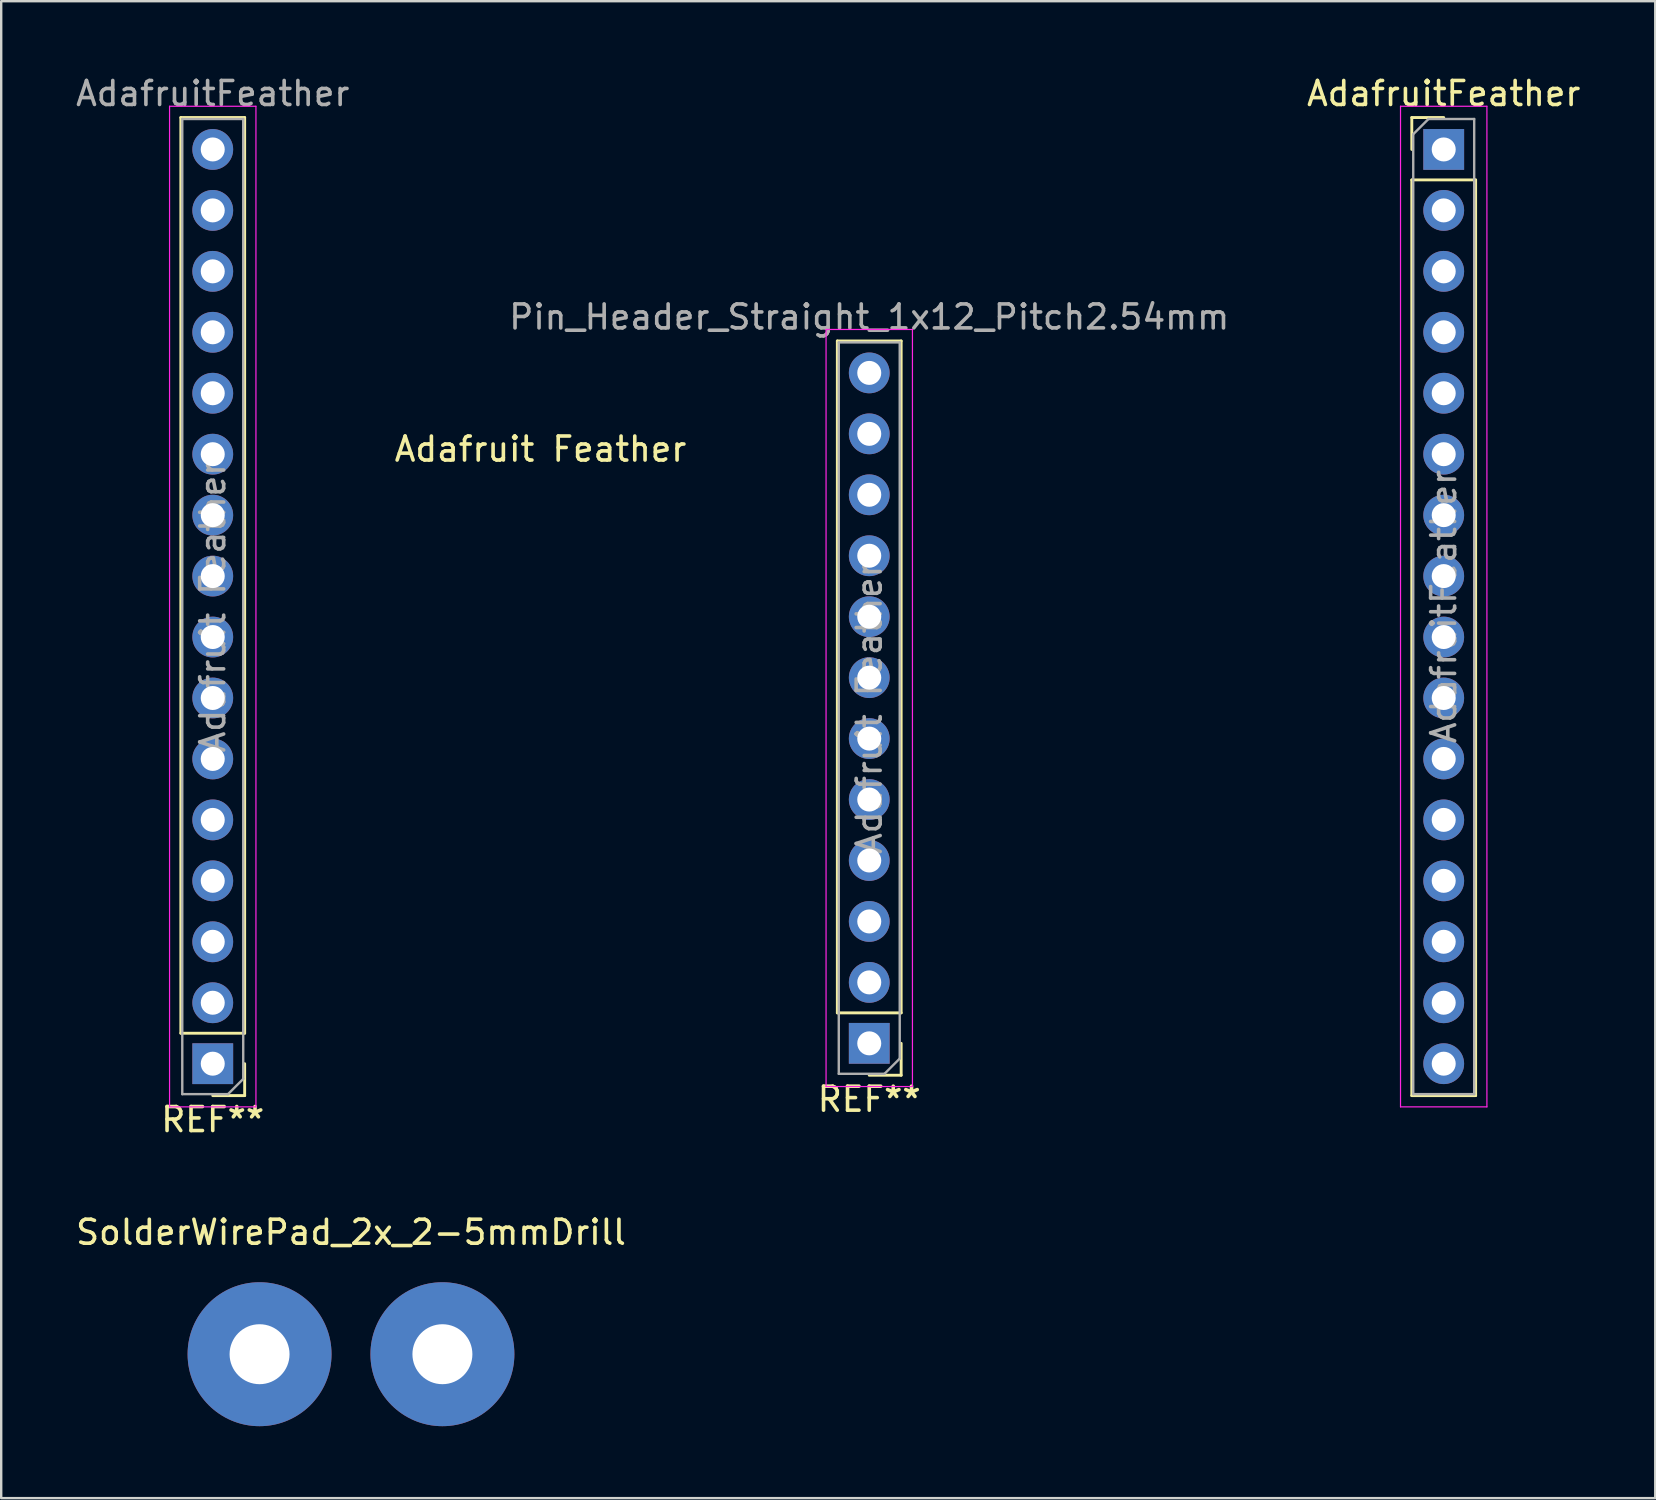
<source format=kicad_pcb>
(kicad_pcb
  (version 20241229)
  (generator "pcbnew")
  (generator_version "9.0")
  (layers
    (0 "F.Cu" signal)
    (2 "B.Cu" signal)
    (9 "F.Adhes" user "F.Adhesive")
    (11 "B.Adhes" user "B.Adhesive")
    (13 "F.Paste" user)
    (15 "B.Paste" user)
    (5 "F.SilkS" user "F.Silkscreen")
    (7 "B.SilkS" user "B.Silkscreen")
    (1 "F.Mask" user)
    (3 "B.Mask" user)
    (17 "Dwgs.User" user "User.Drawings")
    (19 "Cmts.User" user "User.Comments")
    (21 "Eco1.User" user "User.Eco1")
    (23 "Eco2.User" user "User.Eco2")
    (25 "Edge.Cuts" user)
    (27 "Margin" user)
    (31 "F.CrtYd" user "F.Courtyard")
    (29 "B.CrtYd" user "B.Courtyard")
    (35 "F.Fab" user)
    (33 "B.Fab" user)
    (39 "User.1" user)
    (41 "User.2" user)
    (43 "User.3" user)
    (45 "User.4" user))
  (footprint "SolderWirePad_2x_2-5mmDrill"
    (layer "F.Cu")
    (at 11.577 53.385)
    (property "Reference" "SolderWirePad_2x_2-5mmDrill" (at 0 -5.08 0) (layer "F.SilkS") (effects (font (size 1 1) (thickness 0.15))))
    (attr through_hole)
    (pad "1" thru_hole circle (at 3.81 0) (size 5.999 5.999) (drill 2.499) (layers "*.Cu" "*.Mask"))
    (pad "2" thru_hole circle (at -3.81 0) (size 5.999 5.999) (drill 2.499) (layers "*.Cu" "*.Mask")))
  (footprint "Adafruit Feather"
    (layer "F.Cu")
    (at 22.015 17.706)
    (property "Reference" "Adafruit Feather" (at -2.54 -2.04 0) (layer "F.SilkS") (effects (font (size 1 1) (thickness 0.15))))
    (attr through_hole)
    (fp_line (start -17.529 22.302) (end -17.529 -15.858) (stroke (width 0.12) (type solid)) (layer "F.SilkS"))
    (fp_line (start -14.869 -15.858) (end -17.529 -15.858) (stroke (width 0.12) (type solid)) (layer "F.SilkS"))
    (fp_line (start -14.869 22.302) (end -17.529 22.302) (stroke (width 0.12) (type solid)) (layer "F.SilkS"))
    (fp_line (start -14.869 22.302) (end -14.869 -15.858) (stroke (width 0.12) (type solid)) (layer "F.SilkS"))
    (fp_line (start -14.869 23.572) (end -14.869 24.902) (stroke (width 0.12) (type solid)) (layer "F.SilkS"))
    (fp_line (start -14.869 24.902) (end -16.199 24.902) (stroke (width 0.12) (type solid)) (layer "F.SilkS"))
    (fp_line (start 9.83 21.454) (end 9.83 -6.546) (stroke (width 0.12) (type solid)) (layer "F.SilkS"))
    (fp_line (start 12.49 -6.546) (end 9.83 -6.546) (stroke (width 0.12) (type solid)) (layer "F.SilkS"))
    (fp_line (start 12.49 21.454) (end 9.83 21.454) (stroke (width 0.12) (type solid)) (layer "F.SilkS"))
    (fp_line (start 12.49 21.454) (end 12.49 -6.546) (stroke (width 0.12) (type solid)) (layer "F.SilkS"))
    (fp_line (start 12.49 22.724) (end 12.49 24.054) (stroke (width 0.12) (type solid)) (layer "F.SilkS"))
    (fp_line (start 12.49 24.054) (end 11.16 24.054) (stroke (width 0.12) (type solid)) (layer "F.SilkS"))
    (fp_line (start -17.999 -16.328) (end -17.999 25.372) (stroke (width 0.05) (type solid)) (layer "F.CrtYd"))
    (fp_line (start -17.999 25.372) (end -14.399 25.372) (stroke (width 0.05) (type solid)) (layer "F.CrtYd"))
    (fp_line (start -14.399 -16.328) (end -17.999 -16.328) (stroke (width 0.05) (type solid)) (layer "F.CrtYd"))
    (fp_line (start -14.399 25.372) (end -14.399 -16.328) (stroke (width 0.05) (type solid)) (layer "F.CrtYd"))
    (fp_line (start 9.36 -7.026) (end 9.36 24.524) (stroke (width 0.05) (type solid)) (layer "F.CrtYd"))
    (fp_line (start 9.36 24.524) (end 12.96 24.524) (stroke (width 0.05) (type solid)) (layer "F.CrtYd"))
    (fp_line (start 12.96 -7.026) (end 9.36 -7.026) (stroke (width 0.05) (type solid)) (layer "F.CrtYd"))
    (fp_line (start 12.96 24.524) (end 12.96 -7.026) (stroke (width 0.05) (type solid)) (layer "F.CrtYd"))
    (fp_line (start -17.469 -15.798) (end -14.929 -15.798) (stroke (width 0.1) (type solid)) (layer "F.Fab"))
    (fp_line (start -17.469 24.842) (end -17.469 -15.798) (stroke (width 0.1) (type solid)) (layer "F.Fab"))
    (fp_line (start -15.564 24.842) (end -17.469 24.842) (stroke (width 0.1) (type solid)) (layer "F.Fab"))
    (fp_line (start -14.929 -15.798) (end -14.929 24.207) (stroke (width 0.1) (type solid)) (layer "F.Fab"))
    (fp_line (start -14.929 24.207) (end -15.564 24.842) (stroke (width 0.1) (type solid)) (layer "F.Fab"))
    (fp_line (start 9.89 -6.486) (end 12.43 -6.486) (stroke (width 0.1) (type solid)) (layer "F.Fab"))
    (fp_line (start 9.89 23.994) (end 9.89 -6.486) (stroke (width 0.1) (type solid)) (layer "F.Fab"))
    (fp_line (start 11.795 23.994) (end 9.89 23.994) (stroke (width 0.1) (type solid)) (layer "F.Fab"))
    (fp_line (start 12.43 -6.486) (end 12.43 23.359) (stroke (width 0.1) (type solid)) (layer "F.Fab"))
    (fp_line (start 12.43 23.359) (end 11.795 23.994) (stroke (width 0.1) (type solid)) (layer "F.Fab"))
    (fp_text user "REF**" (at -16.199 25.902 180) (layer "F.SilkS") (effects (font (size 1 1) (thickness 0.15))))
    (fp_text user "REF**" (at 11.16 25.054 180) (layer "F.SilkS") (effects (font (size 1 1) (thickness 0.15))))
    (fp_text user "${REFERENCE}" (at -16.199 4.522 270) (layer "F.Fab") (effects (font (size 1 1) (thickness 0.15))))
    (fp_text user "${REFERENCE}" (at 11.16 8.754 270) (layer "F.Fab") (effects (font (size 1 1) (thickness 0.15))))
    (fp_text user "Pin_Header_Straight_1x12_Pitch2.54mm" (at 11.16 -7.546 180) (layer "F.Fab") (effects (font (size 1 1) (thickness 0.15))))
    (fp_text user "AdafruitFeather" (at -16.199 -16.858 180) (layer "F.Fab") (effects (font (size 1 1) (thickness 0.15))))
    (pad "1" thru_hole rect (at -16.199 23.572 180) (size 1.7 1.7) (drill 1) (layers "*.Cu" "*.Mask"))
    (pad "1" thru_hole rect (at 11.16 22.724 180) (size 1.7 1.7) (drill 1) (layers "*.Cu" "*.Mask"))
    (pad "2" thru_hole oval (at -16.199 21.032 180) (size 1.7 1.7) (drill 1) (layers "*.Cu" "*.Mask"))
    (pad "2" thru_hole oval (at 11.16 20.184 180) (size 1.7 1.7) (drill 1) (layers "*.Cu" "*.Mask"))
    (pad "3" thru_hole oval (at -16.199 18.492 180) (size 1.7 1.7) (drill 1) (layers "*.Cu" "*.Mask"))
    (pad "3" thru_hole oval (at 11.16 17.644 180) (size 1.7 1.7) (drill 1) (layers "*.Cu" "*.Mask"))
    (pad "4" thru_hole oval (at -16.199 15.952 180) (size 1.7 1.7) (drill 1) (layers "*.Cu" "*.Mask"))
    (pad "4" thru_hole oval (at 11.16 15.104 180) (size 1.7 1.7) (drill 1) (layers "*.Cu" "*.Mask"))
    (pad "5" thru_hole oval (at -16.199 13.412 180) (size 1.7 1.7) (drill 1) (layers "*.Cu" "*.Mask"))
    (pad "5" thru_hole oval (at 11.16 12.564 180) (size 1.7 1.7) (drill 1) (layers "*.Cu" "*.Mask"))
    (pad "6" thru_hole oval (at -16.199 10.872 180) (size 1.7 1.7) (drill 1) (layers "*.Cu" "*.Mask"))
    (pad "6" thru_hole oval (at 11.16 10.024 180) (size 1.7 1.7) (drill 1) (layers "*.Cu" "*.Mask"))
    (pad "7" thru_hole oval (at -16.199 8.332 180) (size 1.7 1.7) (drill 1) (layers "*.Cu" "*.Mask"))
    (pad "7" thru_hole oval (at 11.16 7.484 180) (size 1.7 1.7) (drill 1) (layers "*.Cu" "*.Mask"))
    (pad "8" thru_hole oval (at -16.199 5.792 180) (size 1.7 1.7) (drill 1) (layers "*.Cu" "*.Mask"))
    (pad "8" thru_hole oval (at 11.16 4.944 180) (size 1.7 1.7) (drill 1) (layers "*.Cu" "*.Mask"))
    (pad "9" thru_hole oval (at -16.199 3.252 180) (size 1.7 1.7) (drill 1) (layers "*.Cu" "*.Mask"))
    (pad "9" thru_hole oval (at 11.16 2.404 180) (size 1.7 1.7) (drill 1) (layers "*.Cu" "*.Mask"))
    (pad "10" thru_hole oval (at -16.199 0.712 180) (size 1.7 1.7) (drill 1) (layers "*.Cu" "*.Mask"))
    (pad "10" thru_hole oval (at 11.16 -0.136 180) (size 1.7 1.7) (drill 1) (layers "*.Cu" "*.Mask"))
    (pad "11" thru_hole oval (at -16.199 -1.828) (size 1.7 1.7) (drill 1) (layers "*.Cu" "*.Mask"))
    (pad "11" thru_hole oval (at 11.16 -2.676 180) (size 1.7 1.7) (drill 1) (layers "*.Cu" "*.Mask"))
    (pad "12" thru_hole oval (at -16.199 -4.368 180) (size 1.7 1.7) (drill 1) (layers "*.Cu" "*.Mask"))
    (pad "12" thru_hole oval (at 11.16 -5.216 180) (size 1.7 1.7) (drill 1) (layers "*.Cu" "*.Mask"))
    (pad "13" thru_hole oval (at -16.199 -6.908 180) (size 1.7 1.7) (drill 1) (layers "*.Cu" "*.Mask"))
    (pad "14" thru_hole oval (at -16.199 -9.448 180) (size 1.7 1.7) (drill 1) (layers "*.Cu" "*.Mask"))
    (pad "15" thru_hole oval (at -16.199 -11.988 180) (size 1.7 1.7) (drill 1) (layers "*.Cu" "*.Mask"))
    (pad "16" thru_hole oval (at -16.199 -14.528 180) (size 1.7 1.7) (drill 1) (layers "*.Cu" "*.Mask")))
  (footprint "AdafruitFeather"
    (layer "F.Cu")
    (at 57.115 3.178)
    (property "Reference" "AdafruitFeather" (at 0 -2.33 0) (layer "F.SilkS") (effects (font (size 1 1) (thickness 0.15))))
    (attr through_hole)
    (fp_line (start -1.33 -1.33) (end 0 -1.33) (stroke (width 0.12) (type solid)) (layer "F.SilkS"))
    (fp_line (start -1.33 0) (end -1.33 -1.33) (stroke (width 0.12) (type solid)) (layer "F.SilkS"))
    (fp_line (start -1.33 1.27) (end -1.33 39.43) (stroke (width 0.12) (type solid)) (layer "F.SilkS"))
    (fp_line (start -1.33 1.27) (end 1.33 1.27) (stroke (width 0.12) (type solid)) (layer "F.SilkS"))
    (fp_line (start -1.33 39.43) (end 1.33 39.43) (stroke (width 0.12) (type solid)) (layer "F.SilkS"))
    (fp_line (start 1.33 1.27) (end 1.33 39.43) (stroke (width 0.12) (type solid)) (layer "F.SilkS"))
    (fp_line (start -1.8 -1.8) (end -1.8 39.9) (stroke (width 0.05) (type solid)) (layer "F.CrtYd"))
    (fp_line (start -1.8 39.9) (end 1.8 39.9) (stroke (width 0.05) (type solid)) (layer "F.CrtYd"))
    (fp_line (start 1.8 -1.8) (end -1.8 -1.8) (stroke (width 0.05) (type solid)) (layer "F.CrtYd"))
    (fp_line (start 1.8 39.9) (end 1.8 -1.8) (stroke (width 0.05) (type solid)) (layer "F.CrtYd"))
    (fp_line (start -1.27 -0.635) (end -0.635 -1.27) (stroke (width 0.1) (type solid)) (layer "F.Fab"))
    (fp_line (start -1.27 39.37) (end -1.27 -0.635) (stroke (width 0.1) (type solid)) (layer "F.Fab"))
    (fp_line (start -0.635 -1.27) (end 1.27 -1.27) (stroke (width 0.1) (type solid)) (layer "F.Fab"))
    (fp_line (start 1.27 -1.27) (end 1.27 39.37) (stroke (width 0.1) (type solid)) (layer "F.Fab"))
    (fp_line (start 1.27 39.37) (end -1.27 39.37) (stroke (width 0.1) (type solid)) (layer "F.Fab"))
    (fp_text user "${REFERENCE}" (at 0 19.05 90) (layer "F.Fab") (effects (font (size 1 1) (thickness 0.15))))
    (pad "1" thru_hole rect (at 0 0) (size 1.7 1.7) (drill 1) (layers "*.Cu" "*.Mask"))
    (pad "2" thru_hole oval (at 0 2.54) (size 1.7 1.7) (drill 1) (layers "*.Cu" "*.Mask"))
    (pad "3" thru_hole oval (at 0 5.08) (size 1.7 1.7) (drill 1) (layers "*.Cu" "*.Mask"))
    (pad "4" thru_hole oval (at 0 7.62) (size 1.7 1.7) (drill 1) (layers "*.Cu" "*.Mask"))
    (pad "5" thru_hole oval (at 0 10.16) (size 1.7 1.7) (drill 1) (layers "*.Cu" "*.Mask"))
    (pad "6" thru_hole oval (at 0 12.7) (size 1.7 1.7) (drill 1) (layers "*.Cu" "*.Mask"))
    (pad "7" thru_hole oval (at 0 15.24) (size 1.7 1.7) (drill 1) (layers "*.Cu" "*.Mask"))
    (pad "8" thru_hole oval (at 0 17.78) (size 1.7 1.7) (drill 1) (layers "*.Cu" "*.Mask"))
    (pad "9" thru_hole oval (at 0 20.32) (size 1.7 1.7) (drill 1) (layers "*.Cu" "*.Mask"))
    (pad "10" thru_hole oval (at 0 22.86) (size 1.7 1.7) (drill 1) (layers "*.Cu" "*.Mask"))
    (pad "11" thru_hole oval (at 0 25.4) (size 1.7 1.7) (drill 1) (layers "*.Cu" "*.Mask"))
    (pad "12" thru_hole oval (at 0 27.94) (size 1.7 1.7) (drill 1) (layers "*.Cu" "*.Mask"))
    (pad "13" thru_hole oval (at 0 30.48) (size 1.7 1.7) (drill 1) (layers "*.Cu" "*.Mask"))
    (pad "14" thru_hole oval (at 0 33.02) (size 1.7 1.7) (drill 1) (layers "*.Cu" "*.Mask"))
    (pad "15" thru_hole oval (at 0 35.56) (size 1.7 1.7) (drill 1) (layers "*.Cu" "*.Mask"))
    (pad "16" thru_hole oval (at 0 38.1) (size 1.7 1.7) (drill 1) (layers "*.Cu" "*.Mask")))
  (gr_rect
    (start -3 -3)
    (end 65.93 59.384)
    (stroke (width 0.1) (type default))
    (fill no)
    (layer "Edge.Cuts")))
</source>
